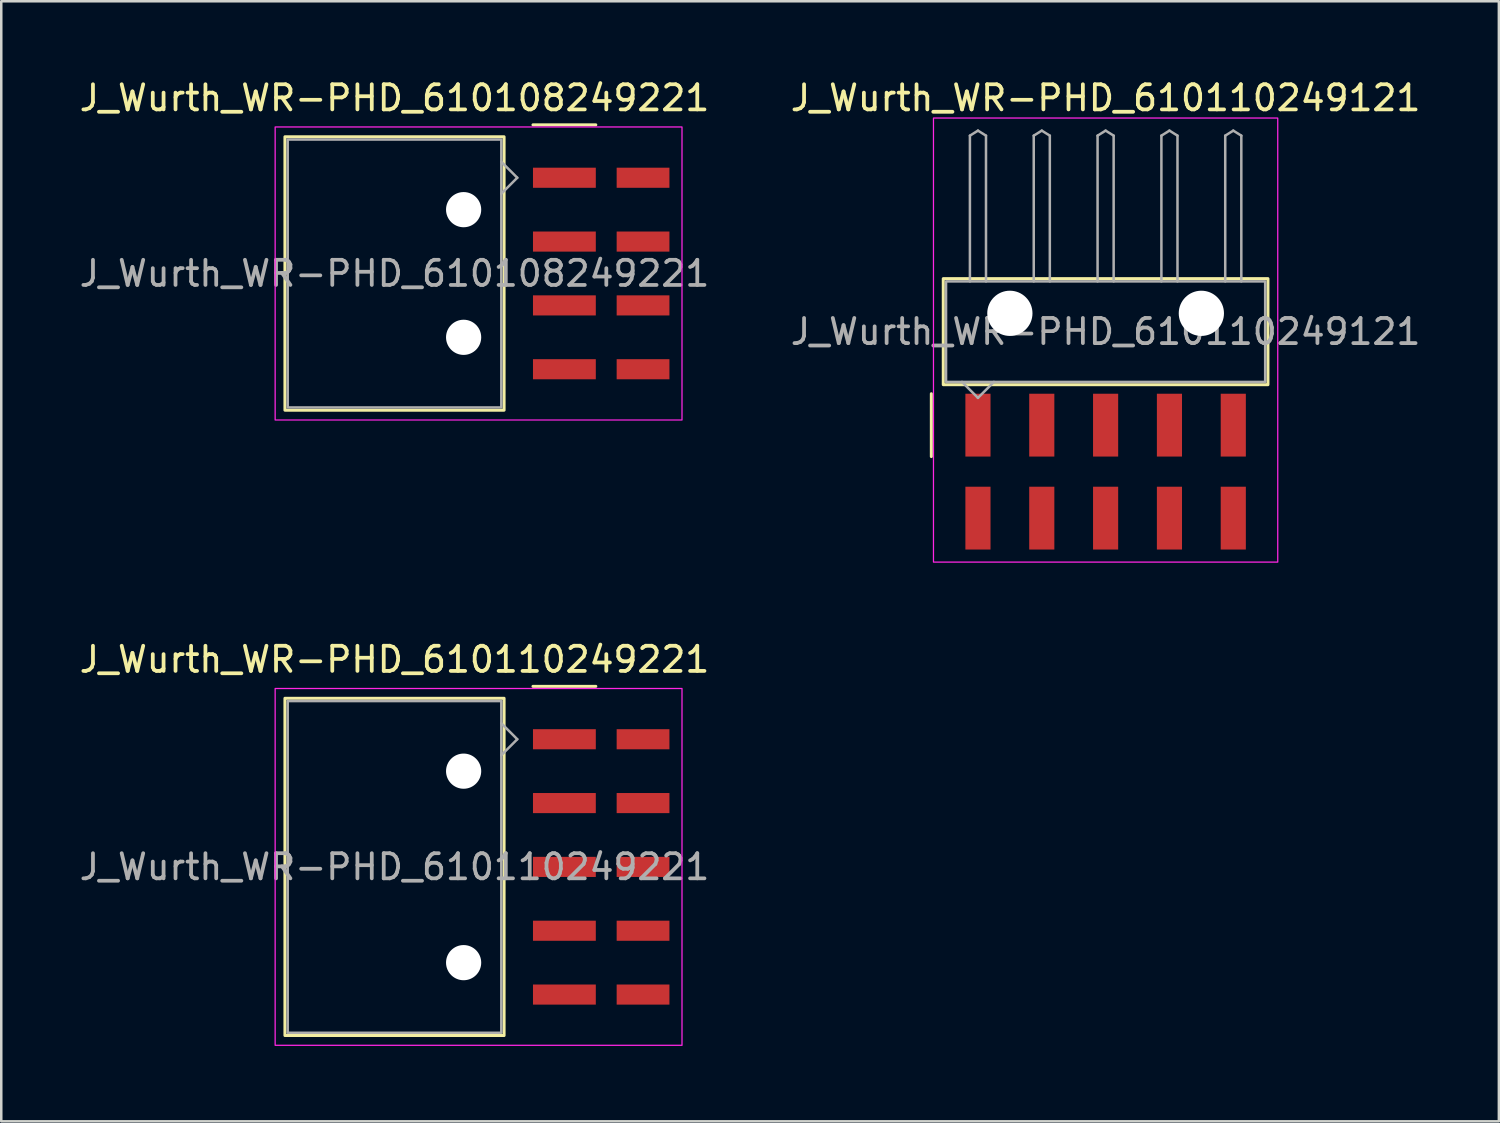
<source format=kicad_pcb>
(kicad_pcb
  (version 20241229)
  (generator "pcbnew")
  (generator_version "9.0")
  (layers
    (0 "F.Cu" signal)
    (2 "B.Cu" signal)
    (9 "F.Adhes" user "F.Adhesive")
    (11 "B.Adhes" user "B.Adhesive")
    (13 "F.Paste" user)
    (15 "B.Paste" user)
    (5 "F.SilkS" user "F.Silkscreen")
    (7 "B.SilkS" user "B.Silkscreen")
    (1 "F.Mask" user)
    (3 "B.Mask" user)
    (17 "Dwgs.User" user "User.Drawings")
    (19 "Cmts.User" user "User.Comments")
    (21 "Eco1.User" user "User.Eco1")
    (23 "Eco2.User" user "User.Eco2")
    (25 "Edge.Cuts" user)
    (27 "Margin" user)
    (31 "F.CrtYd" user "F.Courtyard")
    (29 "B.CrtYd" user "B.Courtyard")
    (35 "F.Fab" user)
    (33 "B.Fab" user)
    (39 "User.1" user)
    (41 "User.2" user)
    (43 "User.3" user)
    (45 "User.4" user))
  (footprint "J_Wurth_WR-PHD_610110249221"
    (layer "F.Cu")
    (at 12.649 31.447)
    (property "Reference" "J_Wurth_WR-PHD_610110249221" (at 0 -8.255 0) (unlocked yes) (layer "F.SilkS") (effects (font (size 1 1) (thickness 0.15))))
    (attr smd)
    (fp_line (start 8.01 -7.185) (end 5.51 -7.185) (stroke (width 0.12) (type solid)) (layer "F.SilkS"))
    (fp_rect (start -4.36 -6.71) (end 4.36 6.71) (stroke (width 0.12) (type solid)) (fill no) (layer "F.SilkS"))
    (fp_rect (start -4.75 -7.1) (end 11.44 7.1) (stroke (width 0.05) (type solid)) (fill no) (layer "F.CrtYd"))
    (fp_line (start 4.25 -5.715) (end 4.885 -5.08) (stroke (width 0.1) (type default)) (layer "F.Fab"))
    (fp_line (start 4.885 -5.08) (end 4.25 -4.445) (stroke (width 0.1) (type default)) (layer "F.Fab"))
    (fp_rect (start -4.25 -6.6) (end 4.25 6.6) (stroke (width 0.1) (type solid)) (fill no) (layer "F.Fab"))
    (fp_text user "${REFERENCE}" (at 0 0 0) (unlocked yes) (layer "F.Fab") (effects (font (size 1 1) (thickness 0.15))))
    (pad "" np_thru_hole circle (at 2.75 -3.81 270) (size 1.4 1.4) (drill 1.4) (layers "*.Cu" "*.Mask"))
    (pad "" np_thru_hole circle (at 2.75 3.81 270) (size 1.4 1.4) (drill 1.4) (layers "*.Cu" "*.Mask"))
    (pad "1" smd rect (at 6.76 -5.08 270) (size 0.8 2.5) (layers "F.Cu" "F.Mask" "F.Paste"))
    (pad "2" smd rect (at 9.89 -5.08 270) (size 0.8 2.1) (layers "F.Cu" "F.Mask" "F.Paste"))
    (pad "3" smd rect (at 6.76 -2.54 270) (size 0.8 2.5) (layers "F.Cu" "F.Mask" "F.Paste"))
    (pad "4" smd rect (at 9.89 -2.54 270) (size 0.8 2.1) (layers "F.Cu" "F.Mask" "F.Paste"))
    (pad "5" smd rect (at 6.76 0 270) (size 0.8 2.5) (layers "F.Cu" "F.Mask" "F.Paste"))
    (pad "6" smd rect (at 9.89 0 270) (size 0.8 2.1) (layers "F.Cu" "F.Mask" "F.Paste"))
    (pad "7" smd rect (at 6.76 2.54 270) (size 0.8 2.5) (layers "F.Cu" "F.Mask" "F.Paste"))
    (pad "8" smd rect (at 9.89 2.54 270) (size 0.8 2.1) (layers "F.Cu" "F.Mask" "F.Paste"))
    (pad "9" smd rect (at 6.76 5.08 270) (size 0.8 2.5) (layers "F.Cu" "F.Mask" "F.Paste"))
    (pad "10" smd rect (at 9.89 5.08 270) (size 0.8 2.1) (layers "F.Cu" "F.Mask" "F.Paste")))
  (footprint "J_Wurth_WR-PHD_610108249221"
    (layer "F.Cu")
    (at 12.649 7.833)
    (property "Reference" "J_Wurth_WR-PHD_610108249221" (at 0 -6.985 0) (unlocked yes) (layer "F.SilkS") (effects (font (size 1 1) (thickness 0.15))))
    (attr smd)
    (fp_line (start 8.01 -5.915) (end 5.51 -5.915) (stroke (width 0.12) (type solid)) (layer "F.SilkS"))
    (fp_rect (start -4.36 -5.44) (end 4.36 5.44) (stroke (width 0.12) (type solid)) (fill no) (layer "F.SilkS"))
    (fp_rect (start -4.75 -5.83) (end 11.44 5.83) (stroke (width 0.05) (type solid)) (fill no) (layer "F.CrtYd"))
    (fp_line (start 4.25 -4.445) (end 4.885 -3.81) (stroke (width 0.1) (type default)) (layer "F.Fab"))
    (fp_line (start 4.885 -3.81) (end 4.25 -3.175) (stroke (width 0.1) (type default)) (layer "F.Fab"))
    (fp_rect (start -4.25 -5.33) (end 4.25 5.33) (stroke (width 0.1) (type solid)) (fill no) (layer "F.Fab"))
    (fp_text user "${REFERENCE}" (at 0 0 0) (unlocked yes) (layer "F.Fab") (effects (font (size 1 1) (thickness 0.15))))
    (pad "" np_thru_hole circle (at 2.75 -2.54 270) (size 1.4 1.4) (drill 1.4) (layers "*.Cu" "*.Mask"))
    (pad "" np_thru_hole circle (at 2.75 2.54 270) (size 1.4 1.4) (drill 1.4) (layers "*.Cu" "*.Mask"))
    (pad "1" smd rect (at 6.76 -3.81 270) (size 0.8 2.5) (layers "F.Cu" "F.Mask" "F.Paste"))
    (pad "2" smd rect (at 9.89 -3.81 270) (size 0.8 2.1) (layers "F.Cu" "F.Mask" "F.Paste"))
    (pad "3" smd rect (at 6.76 -1.27 270) (size 0.8 2.5) (layers "F.Cu" "F.Mask" "F.Paste"))
    (pad "4" smd rect (at 9.89 -1.27 270) (size 0.8 2.1) (layers "F.Cu" "F.Mask" "F.Paste"))
    (pad "5" smd rect (at 6.76 1.27 270) (size 0.8 2.5) (layers "F.Cu" "F.Mask" "F.Paste"))
    (pad "6" smd rect (at 9.89 1.27 270) (size 0.8 2.1) (layers "F.Cu" "F.Mask" "F.Paste"))
    (pad "7" smd rect (at 6.76 3.81 270) (size 0.8 2.5) (layers "F.Cu" "F.Mask" "F.Paste"))
    (pad "8" smd rect (at 9.89 3.81 270) (size 0.8 2.1) (layers "F.Cu" "F.Mask" "F.Paste")))
  (footprint "J_Wurth_WR-PHD_610110249121"
    (layer "F.Cu")
    (at 40.946 10.148)
    (property "Reference" "J_Wurth_WR-PHD_610110249121" (at 0 -9.3 0) (unlocked yes) (layer "F.SilkS") (effects (font (size 1 1) (thickness 0.15))))
    (attr smd)
    (fp_line (start -6.935 2.47) (end -6.935 4.97) (stroke (width 0.12) (type solid)) (layer "F.SilkS"))
    (fp_rect (start -6.46 -2.11) (end 6.46 2.11) (stroke (width 0.12) (type solid)) (fill no) (layer "F.SilkS"))
    (fp_rect (start -6.85 -8.5) (end 6.85 9.17) (stroke (width 0.05) (type solid)) (fill no) (layer "F.CrtYd"))
    (fp_line (start -5.4 -7.8) (end -5.4 -2) (stroke (width 0.1) (type solid)) (layer "F.Fab"))
    (fp_line (start -5.08 -8) (end -5.4 -7.8) (stroke (width 0.1) (type solid)) (layer "F.Fab"))
    (fp_line (start -5.08 2.635) (end -5.715 2) (stroke (width 0.1) (type default)) (layer "F.Fab"))
    (fp_line (start -4.76 -7.8) (end -5.08 -8) (stroke (width 0.1) (type solid)) (layer "F.Fab"))
    (fp_line (start -4.76 -2) (end -4.76 -7.8) (stroke (width 0.1) (type solid)) (layer "F.Fab"))
    (fp_line (start -4.445 2) (end -5.08 2.635) (stroke (width 0.1) (type default)) (layer "F.Fab"))
    (fp_line (start -2.86 -7.8) (end -2.86 -2) (stroke (width 0.1) (type solid)) (layer "F.Fab"))
    (fp_line (start -2.54 -8) (end -2.86 -7.8) (stroke (width 0.1) (type solid)) (layer "F.Fab"))
    (fp_line (start -2.22 -7.8) (end -2.54 -8) (stroke (width 0.1) (type solid)) (layer "F.Fab"))
    (fp_line (start -2.22 -2) (end -2.22 -7.8) (stroke (width 0.1) (type solid)) (layer "F.Fab"))
    (fp_line (start -0.32 -7.8) (end -0.32 -2) (stroke (width 0.1) (type solid)) (layer "F.Fab"))
    (fp_line (start 0 -8) (end -0.32 -7.8) (stroke (width 0.1) (type solid)) (layer "F.Fab"))
    (fp_line (start 0.32 -7.8) (end 0 -8) (stroke (width 0.1) (type solid)) (layer "F.Fab"))
    (fp_line (start 0.32 -2) (end 0.32 -7.8) (stroke (width 0.1) (type solid)) (layer "F.Fab"))
    (fp_line (start 2.22 -7.8) (end 2.22 -2) (stroke (width 0.1) (type solid)) (layer "F.Fab"))
    (fp_line (start 2.54 -8) (end 2.22 -7.8) (stroke (width 0.1) (type solid)) (layer "F.Fab"))
    (fp_line (start 2.86 -7.8) (end 2.54 -8) (stroke (width 0.1) (type solid)) (layer "F.Fab"))
    (fp_line (start 2.86 -2) (end 2.86 -7.8) (stroke (width 0.1) (type solid)) (layer "F.Fab"))
    (fp_line (start 4.76 -7.8) (end 4.76 -2) (stroke (width 0.1) (type solid)) (layer "F.Fab"))
    (fp_line (start 5.08 -8) (end 4.76 -7.8) (stroke (width 0.1) (type solid)) (layer "F.Fab"))
    (fp_line (start 5.4 -7.8) (end 5.08 -8) (stroke (width 0.1) (type solid)) (layer "F.Fab"))
    (fp_line (start 5.4 -2) (end 5.4 -7.8) (stroke (width 0.1) (type solid)) (layer "F.Fab"))
    (fp_rect (start -6.35 -2) (end 6.35 2) (stroke (width 0.1) (type solid)) (fill no) (layer "F.Fab"))
    (fp_text user "${REFERENCE}" (at 0 0 0) (unlocked yes) (layer "F.Fab") (effects (font (size 1 1) (thickness 0.15))))
    (pad "" np_thru_hole circle (at -3.81 -0.73) (size 1.8 1.8) (drill 1.8) (layers "*.Cu" "*.Mask"))
    (pad "" np_thru_hole circle (at 3.81 -0.73) (size 1.8 1.8) (drill 1.8) (layers "*.Cu" "*.Mask"))
    (pad "1" smd rect (at -5.08 3.72 180) (size 1 2.5) (layers "F.Cu" "F.Mask" "F.Paste"))
    (pad "2" smd rect (at -5.08 7.42 180) (size 1 2.5) (layers "F.Cu" "F.Mask" "F.Paste"))
    (pad "3" smd rect (at -2.54 3.72 180) (size 1 2.5) (layers "F.Cu" "F.Mask" "F.Paste"))
    (pad "4" smd rect (at -2.54 7.42 180) (size 1 2.5) (layers "F.Cu" "F.Mask" "F.Paste"))
    (pad "5" smd rect (at 0 3.72 180) (size 1 2.5) (layers "F.Cu" "F.Mask" "F.Paste"))
    (pad "6" smd rect (at 0 7.42 180) (size 1 2.5) (layers "F.Cu" "F.Mask" "F.Paste"))
    (pad "7" smd rect (at 2.54 3.72 180) (size 1 2.5) (layers "F.Cu" "F.Mask" "F.Paste"))
    (pad "8" smd rect (at 2.54 7.42 180) (size 1 2.5) (layers "F.Cu" "F.Mask" "F.Paste"))
    (pad "9" smd rect (at 5.08 3.72 180) (size 1 2.5) (layers "F.Cu" "F.Mask" "F.Paste"))
    (pad "10" smd rect (at 5.08 7.42 180) (size 1 2.5) (layers "F.Cu" "F.Mask" "F.Paste")))
  (gr_rect
    (start -3 -3)
    (end 56.595 41.572)
    (stroke (width 0.1) (type default))
    (fill no)
    (layer "Edge.Cuts")))
</source>
